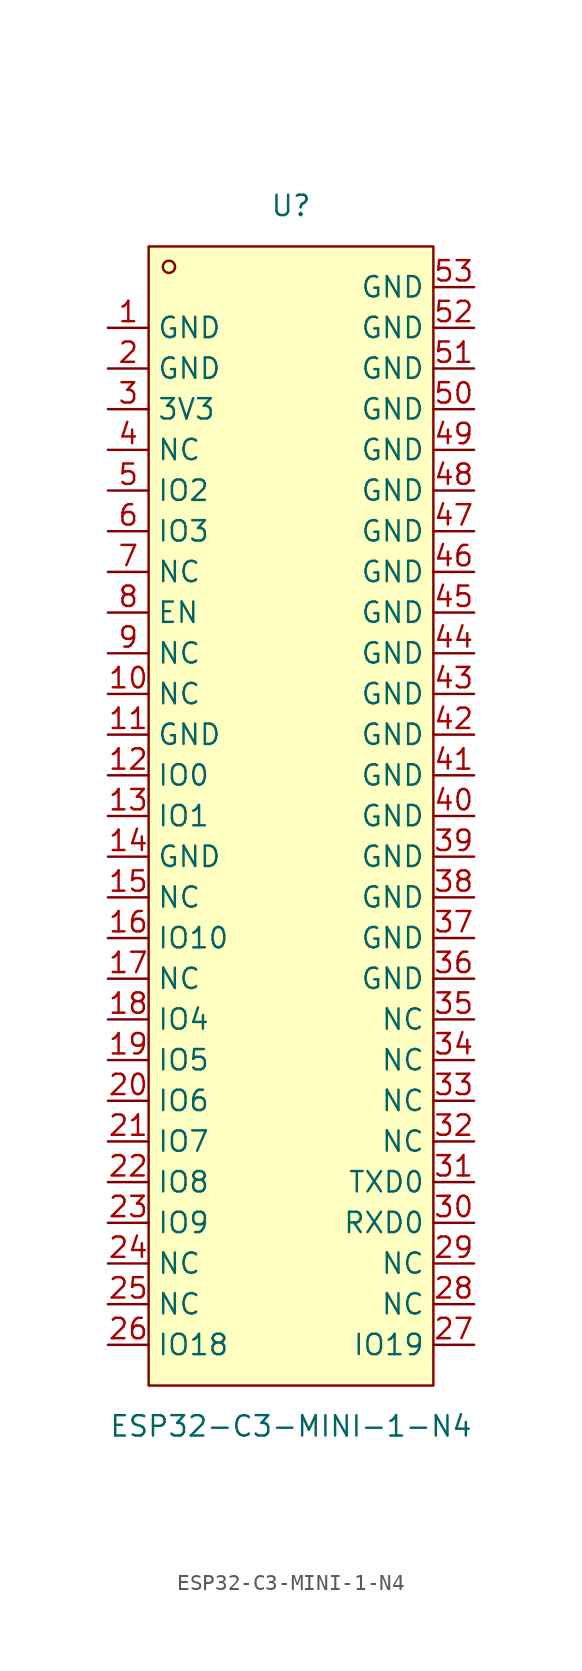
<source format=kicad_sym>
(kicad_symbol_lib
  (version 20241209)
  (generator "kicad_symbol_editor")
  (generator_version "9.0")
  (symbol "ESP32-C3-MINI-1-N4"
    (property "Reference" "U"
      (at 0 38.1 0)
      (effects (font (size 1.27 1.27))))
    (property "Value" "ESP32-C3-MINI-1-N4"
      (at 0 -38.1 0)
      (effects (font (size 1.27 1.27))))
    (symbol "ESP32-C3-MINI-1-N4_0_1"
      (rectangle (start -8.89 35.56) (end 8.89 -35.56) (stroke (width 0) (type default)) (fill (type background)))
      (circle (center -7.62 34.29) (radius 0.38) (stroke (width 0) (type default)) (fill (type none)))
      (pin unspecified line (at -11.43 30.48 0) (length 2.54) (name "GND" (effects (font (size 1.27 1.27)))) (number "1" (effects (font (size 1.27 1.27)))))
      (pin unspecified line (at -11.43 27.94 0) (length 2.54) (name "GND" (effects (font (size 1.27 1.27)))) (number "2" (effects (font (size 1.27 1.27)))))
      (pin unspecified line (at -11.43 25.4 0) (length 2.54) (name "3V3" (effects (font (size 1.27 1.27)))) (number "3" (effects (font (size 1.27 1.27)))))
      (pin unspecified line (at -11.43 22.86 0) (length 2.54) (name "NC" (effects (font (size 1.27 1.27)))) (number "4" (effects (font (size 1.27 1.27)))))
      (pin unspecified line (at -11.43 20.32 0) (length 2.54) (name "IO2" (effects (font (size 1.27 1.27)))) (number "5" (effects (font (size 1.27 1.27)))))
      (pin unspecified line (at -11.43 17.78 0) (length 2.54) (name "IO3" (effects (font (size 1.27 1.27)))) (number "6" (effects (font (size 1.27 1.27)))))
      (pin unspecified line (at -11.43 15.24 0) (length 2.54) (name "NC" (effects (font (size 1.27 1.27)))) (number "7" (effects (font (size 1.27 1.27)))))
      (pin unspecified line (at -11.43 12.7 0) (length 2.54) (name "EN" (effects (font (size 1.27 1.27)))) (number "8" (effects (font (size 1.27 1.27)))))
      (pin unspecified line (at -11.43 10.16 0) (length 2.54) (name "NC" (effects (font (size 1.27 1.27)))) (number "9" (effects (font (size 1.27 1.27)))))
      (pin unspecified line (at -11.43 7.62 0) (length 2.54) (name "NC" (effects (font (size 1.27 1.27)))) (number "10" (effects (font (size 1.27 1.27)))))
      (pin unspecified line (at -11.43 5.08 0) (length 2.54) (name "GND" (effects (font (size 1.27 1.27)))) (number "11" (effects (font (size 1.27 1.27)))))
      (pin unspecified line (at -11.43 2.54 0) (length 2.54) (name "IO0" (effects (font (size 1.27 1.27)))) (number "12" (effects (font (size 1.27 1.27)))))
      (pin unspecified line (at -11.43 0 0) (length 2.54) (name "IO1" (effects (font (size 1.27 1.27)))) (number "13" (effects (font (size 1.27 1.27)))))
      (pin unspecified line (at -11.43 -2.54 0) (length 2.54) (name "GND" (effects (font (size 1.27 1.27)))) (number "14" (effects (font (size 1.27 1.27)))))
      (pin unspecified line (at -11.43 -5.08 0) (length 2.54) (name "NC" (effects (font (size 1.27 1.27)))) (number "15" (effects (font (size 1.27 1.27)))))
      (pin unspecified line (at -11.43 -7.62 0) (length 2.54) (name "IO10" (effects (font (size 1.27 1.27)))) (number "16" (effects (font (size 1.27 1.27)))))
      (pin unspecified line (at -11.43 -10.16 0) (length 2.54) (name "NC" (effects (font (size 1.27 1.27)))) (number "17" (effects (font (size 1.27 1.27)))))
      (pin unspecified line (at -11.43 -12.7 0) (length 2.54) (name "IO4" (effects (font (size 1.27 1.27)))) (number "18" (effects (font (size 1.27 1.27)))))
      (pin unspecified line (at -11.43 -15.24 0) (length 2.54) (name "IO5" (effects (font (size 1.27 1.27)))) (number "19" (effects (font (size 1.27 1.27)))))
      (pin unspecified line (at -11.43 -17.78 0) (length 2.54) (name "IO6" (effects (font (size 1.27 1.27)))) (number "20" (effects (font (size 1.27 1.27)))))
      (pin unspecified line (at -11.43 -20.32 0) (length 2.54) (name "IO7" (effects (font (size 1.27 1.27)))) (number "21" (effects (font (size 1.27 1.27)))))
      (pin unspecified line (at -11.43 -22.86 0) (length 2.54) (name "IO8" (effects (font (size 1.27 1.27)))) (number "22" (effects (font (size 1.27 1.27)))))
      (pin unspecified line (at -11.43 -25.4 0) (length 2.54) (name "IO9" (effects (font (size 1.27 1.27)))) (number "23" (effects (font (size 1.27 1.27)))))
      (pin unspecified line (at -11.43 -27.94 0) (length 2.54) (name "NC" (effects (font (size 1.27 1.27)))) (number "24" (effects (font (size 1.27 1.27)))))
      (pin unspecified line (at -11.43 -30.48 0) (length 2.54) (name "NC" (effects (font (size 1.27 1.27)))) (number "25" (effects (font (size 1.27 1.27)))))
      (pin unspecified line (at -11.43 -33.02 0) (length 2.54) (name "IO18" (effects (font (size 1.27 1.27)))) (number "26" (effects (font (size 1.27 1.27)))))
      (pin unspecified line (at 11.43 33.02 180) (length 2.54) (name "GND" (effects (font (size 1.27 1.27)))) (number "53" (effects (font (size 1.27 1.27)))))
      (pin unspecified line (at 11.43 30.48 180) (length 2.54) (name "GND" (effects (font (size 1.27 1.27)))) (number "52" (effects (font (size 1.27 1.27)))))
      (pin unspecified line (at 11.43 27.94 180) (length 2.54) (name "GND" (effects (font (size 1.27 1.27)))) (number "51" (effects (font (size 1.27 1.27)))))
      (pin unspecified line (at 11.43 25.4 180) (length 2.54) (name "GND" (effects (font (size 1.27 1.27)))) (number "50" (effects (font (size 1.27 1.27)))))
      (pin unspecified line (at 11.43 22.86 180) (length 2.54) (name "GND" (effects (font (size 1.27 1.27)))) (number "49" (effects (font (size 1.27 1.27)))))
      (pin unspecified line (at 11.43 20.32 180) (length 2.54) (name "GND" (effects (font (size 1.27 1.27)))) (number "48" (effects (font (size 1.27 1.27)))))
      (pin unspecified line (at 11.43 17.78 180) (length 2.54) (name "GND" (effects (font (size 1.27 1.27)))) (number "47" (effects (font (size 1.27 1.27)))))
      (pin unspecified line (at 11.43 15.24 180) (length 2.54) (name "GND" (effects (font (size 1.27 1.27)))) (number "46" (effects (font (size 1.27 1.27)))))
      (pin unspecified line (at 11.43 12.7 180) (length 2.54) (name "GND" (effects (font (size 1.27 1.27)))) (number "45" (effects (font (size 1.27 1.27)))))
      (pin unspecified line (at 11.43 10.16 180) (length 2.54) (name "GND" (effects (font (size 1.27 1.27)))) (number "44" (effects (font (size 1.27 1.27)))))
      (pin unspecified line (at 11.43 7.62 180) (length 2.54) (name "GND" (effects (font (size 1.27 1.27)))) (number "43" (effects (font (size 1.27 1.27)))))
      (pin unspecified line (at 11.43 5.08 180) (length 2.54) (name "GND" (effects (font (size 1.27 1.27)))) (number "42" (effects (font (size 1.27 1.27)))))
      (pin unspecified line (at 11.43 2.54 180) (length 2.54) (name "GND" (effects (font (size 1.27 1.27)))) (number "41" (effects (font (size 1.27 1.27)))))
      (pin unspecified line (at 11.43 0 180) (length 2.54) (name "GND" (effects (font (size 1.27 1.27)))) (number "40" (effects (font (size 1.27 1.27)))))
      (pin unspecified line (at 11.43 -2.54 180) (length 2.54) (name "GND" (effects (font (size 1.27 1.27)))) (number "39" (effects (font (size 1.27 1.27)))))
      (pin unspecified line (at 11.43 -5.08 180) (length 2.54) (name "GND" (effects (font (size 1.27 1.27)))) (number "38" (effects (font (size 1.27 1.27)))))
      (pin unspecified line (at 11.43 -7.62 180) (length 2.54) (name "GND" (effects (font (size 1.27 1.27)))) (number "37" (effects (font (size 1.27 1.27)))))
      (pin unspecified line (at 11.43 -10.16 180) (length 2.54) (name "GND" (effects (font (size 1.27 1.27)))) (number "36" (effects (font (size 1.27 1.27)))))
      (pin unspecified line (at 11.43 -12.7 180) (length 2.54) (name "NC" (effects (font (size 1.27 1.27)))) (number "35" (effects (font (size 1.27 1.27)))))
      (pin unspecified line (at 11.43 -15.24 180) (length 2.54) (name "NC" (effects (font (size 1.27 1.27)))) (number "34" (effects (font (size 1.27 1.27)))))
      (pin unspecified line (at 11.43 -17.78 180) (length 2.54) (name "NC" (effects (font (size 1.27 1.27)))) (number "33" (effects (font (size 1.27 1.27)))))
      (pin unspecified line (at 11.43 -20.32 180) (length 2.54) (name "NC" (effects (font (size 1.27 1.27)))) (number "32" (effects (font (size 1.27 1.27)))))
      (pin unspecified line (at 11.43 -22.86 180) (length 2.54) (name "TXD0" (effects (font (size 1.27 1.27)))) (number "31" (effects (font (size 1.27 1.27)))))
      (pin unspecified line (at 11.43 -25.4 180) (length 2.54) (name "RXD0" (effects (font (size 1.27 1.27)))) (number "30" (effects (font (size 1.27 1.27)))))
      (pin unspecified line (at 11.43 -27.94 180) (length 2.54) (name "NC" (effects (font (size 1.27 1.27)))) (number "29" (effects (font (size 1.27 1.27)))))
      (pin unspecified line (at 11.43 -30.48 180) (length 2.54) (name "NC" (effects (font (size 1.27 1.27)))) (number "28" (effects (font (size 1.27 1.27)))))
      (pin unspecified line (at 11.43 -33.02 180) (length 2.54) (name "IO19" (effects (font (size 1.27 1.27)))) (number "27" (effects (font (size 1.27 1.27))))))))
</source>
